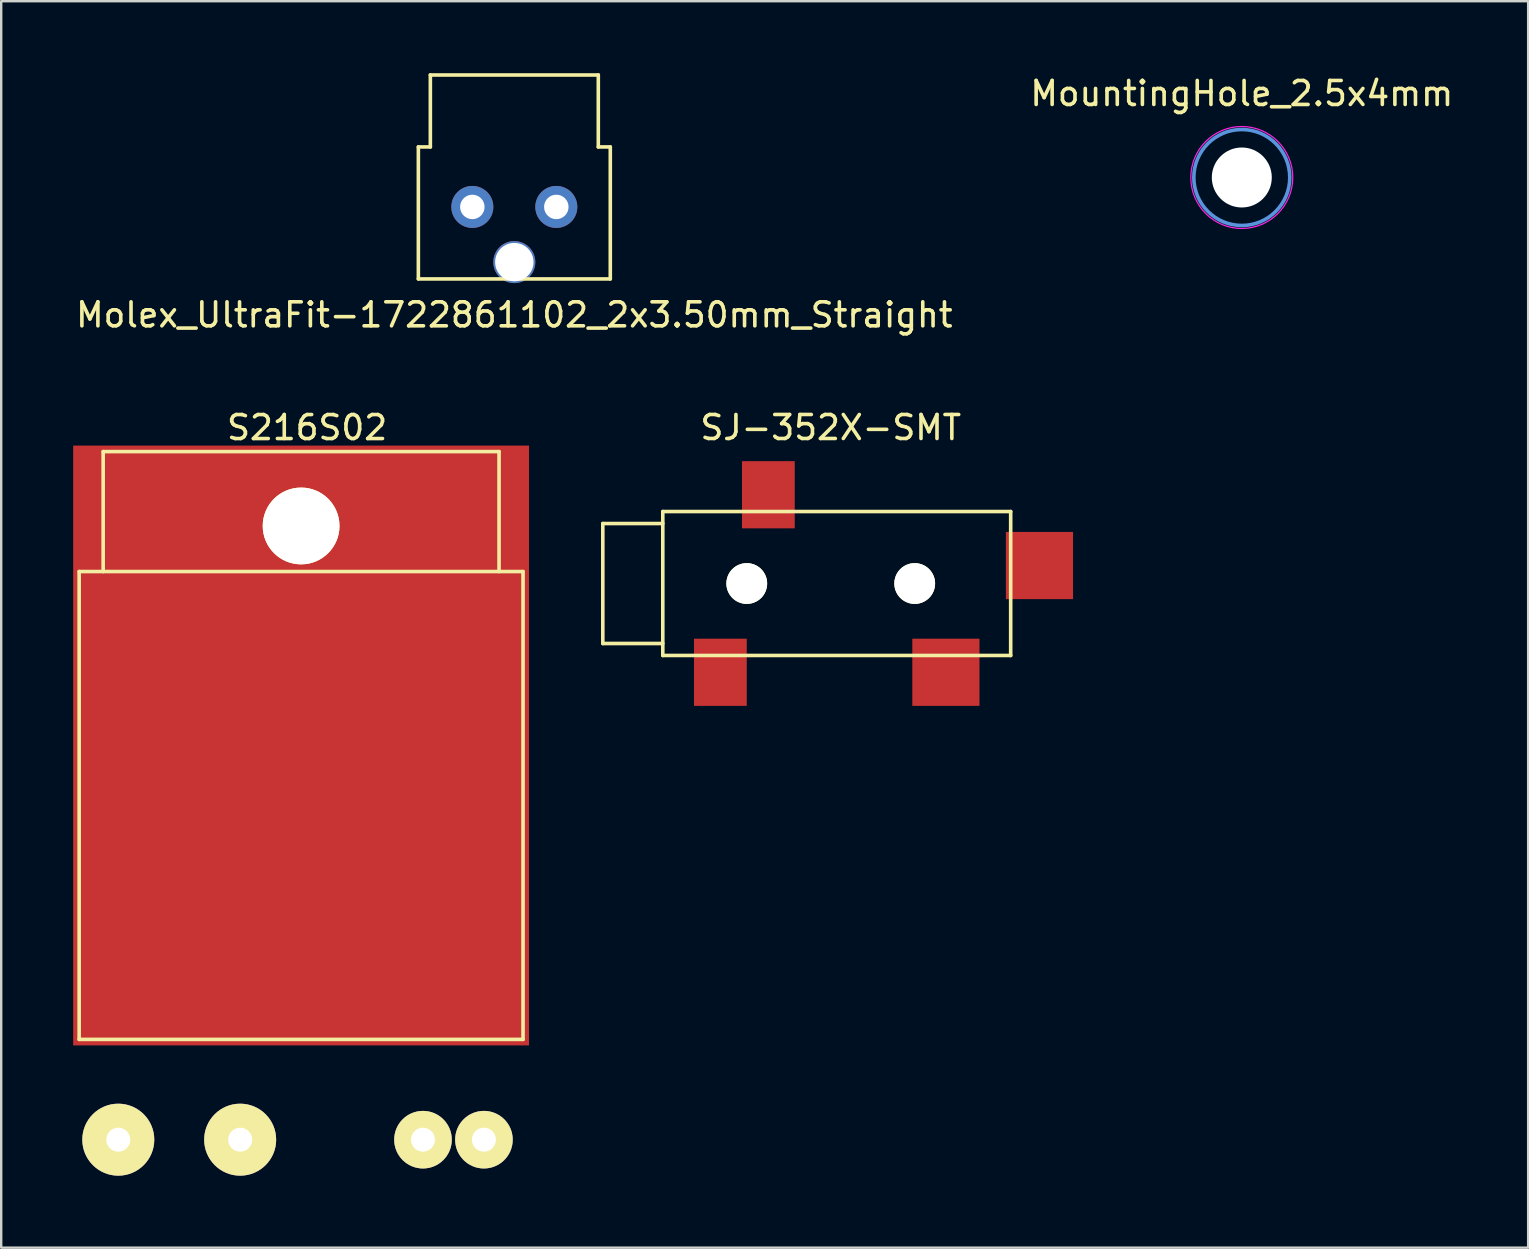
<source format=kicad_pcb>
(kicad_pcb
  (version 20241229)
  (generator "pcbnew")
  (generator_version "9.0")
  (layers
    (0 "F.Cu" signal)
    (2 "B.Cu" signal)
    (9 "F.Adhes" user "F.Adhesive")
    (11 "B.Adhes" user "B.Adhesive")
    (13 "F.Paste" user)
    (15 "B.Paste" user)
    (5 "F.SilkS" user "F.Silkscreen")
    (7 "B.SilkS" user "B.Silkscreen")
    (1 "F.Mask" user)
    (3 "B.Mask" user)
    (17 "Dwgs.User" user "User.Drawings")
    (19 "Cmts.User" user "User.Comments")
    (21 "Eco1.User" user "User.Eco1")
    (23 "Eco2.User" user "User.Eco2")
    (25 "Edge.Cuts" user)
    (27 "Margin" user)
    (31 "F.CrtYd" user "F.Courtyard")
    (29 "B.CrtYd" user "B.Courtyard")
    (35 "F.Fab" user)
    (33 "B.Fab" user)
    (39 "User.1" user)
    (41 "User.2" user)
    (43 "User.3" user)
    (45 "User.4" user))
  (footprint "SJ-352X-SMT"
    (layer "F.Cu")
    (at 31.575 21.271)
    (property "Reference" "SJ-352X-SMT" (at 0 -6.5 0) (layer "F.SilkS") (effects (font (size 1 1) (thickness 0.15))))
    (attr through_hole)
    (fp_line (start -9.5 -2.5) (end -9.5 2.5) (stroke (width 0.15) (type solid)) (layer "F.SilkS"))
    (fp_line (start -9.5 2.5) (end -7 2.5) (stroke (width 0.15) (type solid)) (layer "F.SilkS"))
    (fp_line (start -7 -3) (end -7 3) (stroke (width 0.15) (type solid)) (layer "F.SilkS"))
    (fp_line (start -7 -2.5) (end -9.5 -2.5) (stroke (width 0.15) (type solid)) (layer "F.SilkS"))
    (fp_line (start -7 3) (end 7.5 3) (stroke (width 0.15) (type solid)) (layer "F.SilkS"))
    (fp_line (start 7.5 -3) (end -7 -3) (stroke (width 0.15) (type solid)) (layer "F.SilkS"))
    (fp_line (start 7.5 3) (end 7.5 -3) (stroke (width 0.15) (type solid)) (layer "F.SilkS"))
    (pad "" np_thru_hole circle (at -3.5 0) (size 1.7 1.7) (drill 1.7) (layers "*.Cu" "*.Mask" "F.SilkS"))
    (pad "" np_thru_hole circle (at 3.5 0) (size 1.7 1.7) (drill 1.7) (layers "*.Cu" "*.Mask" "F.SilkS"))
    (pad "1" smd rect (at -4.6 5.1 180) (size 2.2 2.8) (drill (offset 0 1.4)) (layers "F.Cu" "F.Mask" "F.Paste"))
    (pad "2" smd rect (at 4.8 5.1 180) (size 2.8 2.8) (drill (offset 0 1.4)) (layers "F.Cu" "F.Mask" "F.Paste"))
    (pad "3" smd rect (at -2.6 -5.1) (size 2.2 2.8) (drill (offset 0 1.4)) (layers "F.Cu" "F.Mask" "F.Paste"))
    (pad "4" smd rect (at 10.1 -2.15 270) (size 2.8 2.8) (drill (offset 1.4 1.4)) (layers "F.Cu" "F.Mask" "F.Paste")))
  (footprint "S216S02"
    (layer "F.Cu")
    (at 9.5 44.522)
    (property "Reference" "S216S02" (at 0.25 -29.75 0) (layer "F.SilkS") (effects (font (size 1 1) (thickness 0.15))))
    (attr through_hole)
    (fp_line (start -9.25 -23.75) (end -9.25 -4.25) (stroke (width 0.15) (type solid)) (layer "F.SilkS"))
    (fp_line (start -9.25 -4.25) (end 9.25 -4.25) (stroke (width 0.15) (type solid)) (layer "F.SilkS"))
    (fp_line (start -8.25 -28.75) (end 8.25 -28.75) (stroke (width 0.15) (type solid)) (layer "F.SilkS"))
    (fp_line (start -8.25 -23.75) (end -8.25 -28.75) (stroke (width 0.15) (type solid)) (layer "F.SilkS"))
    (fp_line (start 8.25 -28.75) (end 8.25 -23.75) (stroke (width 0.15) (type solid)) (layer "F.SilkS"))
    (fp_line (start 9.25 -23.75) (end -9.25 -23.75) (stroke (width 0.15) (type solid)) (layer "F.SilkS"))
    (fp_line (start 9.25 -4.25) (end 9.25 -23.75) (stroke (width 0.15) (type solid)) (layer "F.SilkS"))
    (pad "" np_thru_hole circle (at 0 -25.65) (size 3.2 3.2) (drill 3.2) (layers "*.Cu" "*.Mask" "F.SilkS"))
    (pad "" smd rect (at 0 -16.5) (size 19 25) (layers "F.Cu"))
    (pad "1" thru_hole circle (at -7.62 -0.07) (size 3 3) (drill 1) (layers "*.Cu" "*.Mask" "F.SilkS"))
    (pad "2" thru_hole circle (at -2.54 -0.07) (size 3 3) (drill 1) (layers "*.Cu" "*.Mask" "F.SilkS"))
    (pad "3" thru_hole circle (at 5.08 -0.07) (size 2.4 2.4) (drill 1) (layers "*.Cu" "*.Mask" "F.SilkS"))
    (pad "4" thru_hole circle (at 7.62 -0.07) (size 2.4 2.4) (drill 1) (layers "*.Cu" "*.Mask" "F.SilkS")))
  (footprint "Molex_UltraFit-1722861102_2x3.50mm_Straight"
    (layer "F.Cu")
    (at 18.387 5.575)
    (property "Reference" "Molex_UltraFit-1722861102_2x3.50mm_Straight" (at 0 4.5 0) (layer "F.SilkS") (effects (font (size 1 1) (thickness 0.15))))
    (attr through_hole)
    (fp_line (start -4 -2.5) (end -4 3) (stroke (width 0.15) (type solid)) (layer "F.SilkS"))
    (fp_line (start -4 3) (end 4 3) (stroke (width 0.15) (type solid)) (layer "F.SilkS"))
    (fp_line (start -3.5 -5.5) (end -3.5 -2.5) (stroke (width 0.15) (type solid)) (layer "F.SilkS"))
    (fp_line (start -3.5 -2.5) (end -4 -2.5) (stroke (width 0.15) (type solid)) (layer "F.SilkS"))
    (fp_line (start 3.5 -5.5) (end -3.5 -5.5) (stroke (width 0.15) (type solid)) (layer "F.SilkS"))
    (fp_line (start 3.5 -2.5) (end 3.5 -5.5) (stroke (width 0.15) (type solid)) (layer "F.SilkS"))
    (fp_line (start 4 -2.5) (end 3.5 -2.5) (stroke (width 0.15) (type solid)) (layer "F.SilkS"))
    (fp_line (start 4 3) (end 4 -2.5) (stroke (width 0.15) (type solid)) (layer "F.SilkS"))
    (pad "" np_thru_hole circle (at 0 2.3) (size 1.75 1.75) (drill 1.6) (layers "*.Cu" "*.Mask"))
    (pad "1" thru_hole circle (at -1.75 0) (size 1.75 1.75) (drill 1.02) (layers "*.Cu" "*.Mask"))
    (pad "2" thru_hole circle (at 1.75 0) (size 1.75 1.75) (drill 1.02) (layers "*.Cu" "*.Mask")))
  (footprint "MountingHole_2.5x4mm"
    (layer "F.Cu")
    (at 48.708 4.348)
    (property "Reference" "MountingHole_2.5x4mm" (at 0 -3.5 0) (layer "F.SilkS") (effects (font (size 1 1) (thickness 0.15))))
    (attr through_hole)
    (fp_circle (center 0 0) (end 2 0) (stroke (width 0.15) (type solid)) (fill no) (layer "Cmts.User"))
    (fp_circle (center 0 0) (end 2.125 0) (stroke (width 0.05) (type solid)) (fill no) (layer "F.CrtYd"))
    (pad "" np_thru_hole circle (at 0 0) (size 2.5 2.5) (drill 2.5) (layers "*.Cu" "*.Mask")))
  (gr_rect
    (start -3 -3)
    (end 60.643 48.952)
    (stroke (width 0.1) (type default))
    (fill no)
    (layer "Edge.Cuts")))
</source>
